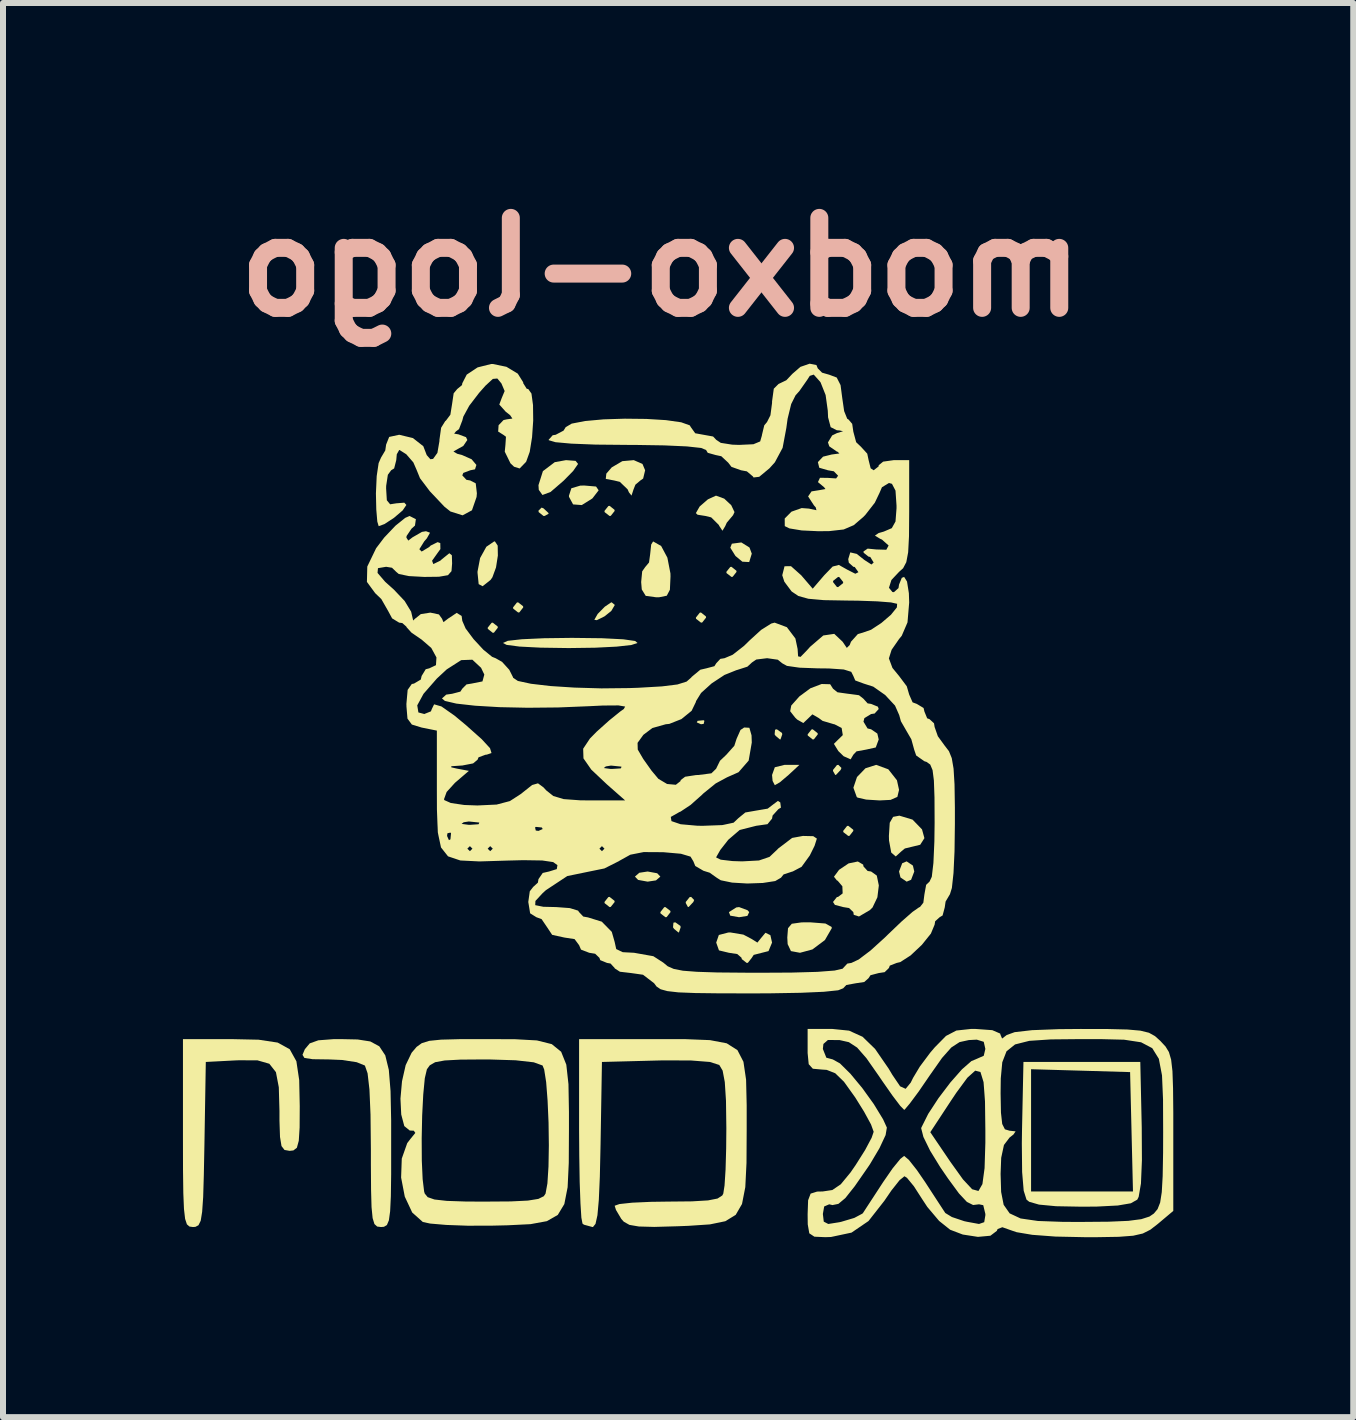
<source format=kicad_pcb>
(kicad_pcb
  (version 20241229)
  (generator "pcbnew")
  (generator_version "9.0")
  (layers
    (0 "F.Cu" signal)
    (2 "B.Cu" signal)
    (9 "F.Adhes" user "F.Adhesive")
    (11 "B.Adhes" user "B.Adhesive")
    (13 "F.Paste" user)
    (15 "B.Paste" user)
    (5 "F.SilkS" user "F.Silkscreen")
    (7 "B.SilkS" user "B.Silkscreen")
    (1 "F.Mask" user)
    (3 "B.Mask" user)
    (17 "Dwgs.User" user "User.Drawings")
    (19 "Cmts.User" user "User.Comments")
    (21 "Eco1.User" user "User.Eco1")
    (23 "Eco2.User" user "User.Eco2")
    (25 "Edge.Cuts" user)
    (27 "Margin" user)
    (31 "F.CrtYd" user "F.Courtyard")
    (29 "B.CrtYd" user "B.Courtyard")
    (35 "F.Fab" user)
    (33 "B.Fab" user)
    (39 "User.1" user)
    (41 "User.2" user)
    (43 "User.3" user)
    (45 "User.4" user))
  (footprint "modxo-logo"
    (layer "F.Cu")
    (at 7.331 9.428)
    (property "Reference" "modxo-logo" (at 0.635 -8.024 0) (layer "B.SilkS") (effects (font (size 1.5 1.5) (thickness 0.3)) (justify mirror)))
    (attr board_only exclude_from_pos_files exclude_from_bom)
    (fp_poly (pts (xy 1.362 -0.461) (xy 1.35 -0.41) (xy 1.305 -0.404) (xy 1.235 -0.435) (xy 1.249 -0.461) (xy 1.349 -0.471)) (stroke (width 0) (type solid)) (fill yes) (layer "F.SilkS"))
    (fp_poly (pts (xy -2.084 -2.033) (xy -2.082 -2.013) (xy -2.146 -1.931) (xy -2.166 -1.928) (xy -2.248 -1.993) (xy -2.251 -2.013) (xy -2.186 -2.095) (xy -2.166 -2.098)) (stroke (width 0) (type solid)) (fill yes) (layer "F.SilkS"))
    (fp_poly (pts (xy -1.661 -2.372) (xy -1.658 -2.352) (xy -1.723 -2.269) (xy -1.743 -2.267) (xy -1.825 -2.331) (xy -1.828 -2.352) (xy -1.763 -2.434) (xy -1.743 -2.436)) (stroke (width 0) (type solid)) (fill yes) (layer "F.SilkS"))
    (fp_poly (pts (xy -1.32 -4.003) (xy -1.239 -3.927) (xy -1.235 -3.913) (xy -1.3 -3.877) (xy -1.32 -3.876) (xy -1.401 -3.941) (xy -1.404 -3.965) (xy -1.352 -4.016)) (stroke (width 0) (type solid)) (fill yes) (layer "F.SilkS"))
    (fp_poly (pts (xy -0.137 -3.98) (xy -0.134 -3.96) (xy -0.199 -3.878) (xy -0.219 -3.876) (xy -0.301 -3.94) (xy -0.304 -3.96) (xy -0.239 -4.042) (xy -0.219 -4.045)) (stroke (width 0) (type solid)) (fill yes) (layer "F.SilkS"))
    (fp_poly (pts (xy -0.137 2.539) (xy -0.134 2.559) (xy -0.199 2.641) (xy -0.219 2.644) (xy -0.301 2.579) (xy -0.304 2.559) (xy -0.239 2.477) (xy -0.219 2.474)) (stroke (width 0) (type solid)) (fill yes) (layer "F.SilkS"))
    (fp_poly (pts (xy 0.575 2.08) (xy 0.628 2.136) (xy 0.555 2.199) (xy 0.416 2.22) (xy 0.257 2.191) (xy 0.204 2.136) (xy 0.277 2.072) (xy 0.416 2.051)) (stroke (width 0) (type solid)) (fill yes) (layer "F.SilkS"))
    (fp_poly (pts (xy 0.795 2.708) (xy 0.797 2.728) (xy 0.733 2.811) (xy 0.712 2.813) (xy 0.63 2.749) (xy 0.628 2.728) (xy 0.692 2.646) (xy 0.712 2.644)) (stroke (width 0) (type solid)) (fill yes) (layer "F.SilkS"))
    (fp_poly (pts (xy 0.963 2.959) (xy 0.966 2.982) (xy 0.938 3.065) (xy 0.929 3.067) (xy 0.857 3.008) (xy 0.839 2.982) (xy 0.846 2.904) (xy 0.877 2.898)) (stroke (width 0) (type solid)) (fill yes) (layer "F.SilkS"))
    (fp_poly (pts (xy 1.191 2.526) (xy 1.178 2.559) (xy 1.102 2.64) (xy 1.088 2.644) (xy 1.052 2.578) (xy 1.051 2.559) (xy 1.116 2.478) (xy 1.141 2.474)) (stroke (width 0) (type solid)) (fill yes) (layer "F.SilkS"))
    (fp_poly (pts (xy 1.387 -2.202) (xy 1.39 -2.182) (xy 1.325 -2.1) (xy 1.305 -2.098) (xy 1.223 -2.162) (xy 1.22 -2.182) (xy 1.285 -2.264) (xy 1.305 -2.267)) (stroke (width 0) (type solid)) (fill yes) (layer "F.SilkS"))
    (fp_poly (pts (xy 1.895 -2.964) (xy 1.898 -2.944) (xy 1.833 -2.862) (xy 1.813 -2.86) (xy 1.731 -2.924) (xy 1.728 -2.944) (xy 1.793 -3.026) (xy 1.813 -3.029)) (stroke (width 0) (type solid)) (fill yes) (layer "F.SilkS"))
    (fp_poly (pts (xy 2.082 2.697) (xy 2.109 2.728) (xy 2.079 2.791) (xy 1.94 2.813) (xy 1.793 2.787) (xy 1.771 2.728) (xy 1.894 2.65) (xy 1.94 2.644)) (stroke (width 0) (type solid)) (fill yes) (layer "F.SilkS"))
    (fp_poly (pts (xy 2.114 -3.35) (xy 2.152 -3.248) (xy 2.109 -3.108) (xy 1.995 -3.114) (xy 1.88 -3.209) (xy 1.794 -3.347) (xy 1.82 -3.414) (xy 1.978 -3.435)) (stroke (width 0) (type solid)) (fill yes) (layer "F.SilkS"))
    (fp_poly (pts (xy 2.656 -0.258) (xy 2.66 -0.235) (xy 2.631 -0.152) (xy 2.622 -0.15) (xy 2.55 -0.21) (xy 2.533 -0.235) (xy 2.54 -0.313) (xy 2.57 -0.32)) (stroke (width 0) (type solid)) (fill yes) (layer "F.SilkS"))
    (fp_poly (pts (xy 3.25 -0.255) (xy 3.252 -0.235) (xy 3.188 -0.153) (xy 3.168 -0.15) (xy 3.086 -0.215) (xy 3.083 -0.235) (xy 3.148 -0.317) (xy 3.168 -0.32)) (stroke (width 0) (type solid)) (fill yes) (layer "F.SilkS"))
    (fp_poly (pts (xy 3.647 0.325) (xy 3.633 0.358) (xy 3.557 0.439) (xy 3.544 0.442) (xy 3.507 0.377) (xy 3.506 0.358) (xy 3.572 0.276) (xy 3.596 0.273)) (stroke (width 0) (type solid)) (fill yes) (layer "F.SilkS"))
    (fp_poly (pts (xy 3.843 1.354) (xy 3.845 1.374) (xy 3.781 1.456) (xy 3.76 1.458) (xy 3.678 1.394) (xy 3.676 1.374) (xy 3.74 1.292) (xy 3.76 1.289)) (stroke (width 0) (type solid)) (fill yes) (layer "F.SilkS"))
    (fp_poly (pts (xy 4.838 1.952) (xy 4.861 2.051) (xy 4.808 2.189) (xy 4.734 2.22) (xy 4.631 2.15) (xy 4.607 2.051) (xy 4.66 1.913) (xy 4.734 1.882)) (stroke (width 0) (type solid)) (fill yes) (layer "F.SilkS"))
    (fp_poly (pts (xy -0.131 -2.393) (xy -0.19 -2.293) (xy -0.304 -2.202) (xy -0.432 -2.139) (xy -0.473 -2.145) (xy -0.417 -2.243) (xy -0.298 -2.364) (xy -0.193 -2.435) (xy -0.183 -2.436)) (stroke (width 0) (type solid)) (fill yes) (layer "F.SilkS"))
    (fp_poly (pts (xy 2.764 0.442) (xy 2.62 0.564) (xy 2.536 0.612) (xy 2.499 0.541) (xy 2.49 0.442) (xy 2.536 0.313) (xy 2.699 0.273) (xy 2.718 0.273) (xy 2.946 0.273)) (stroke (width 0) (type solid)) (fill yes) (layer "F.SilkS"))
    (fp_poly (pts (xy -0.785 -4.795) (xy -0.744 -4.744) (xy -0.826 -4.626) (xy -0.984 -4.465) (xy -1.203 -4.276) (xy -1.338 -4.226) (xy -1.399 -4.312) (xy -1.404 -4.39) (xy -1.33 -4.624) (xy -1.133 -4.773) (xy -0.945 -4.807)) (stroke (width 0) (type solid)) (fill yes) (layer "F.SilkS"))
    (fp_poly (pts (xy -0.444 -4.367) (xy -0.401 -4.304) (xy -0.501 -4.174) (xy -0.509 -4.166) (xy -0.682 -4.058) (xy -0.827 -4.069) (xy -0.895 -4.195) (xy -0.896 -4.214) (xy -0.856 -4.338) (xy -0.708 -4.382) (xy -0.642 -4.384)) (stroke (width 0) (type solid)) (fill yes) (layer "F.SilkS"))
    (fp_poly (pts (xy -2.084 -3.382) (xy -2.081 -3.216) (xy -2.112 -3.018) (xy -2.172 -2.854) (xy -2.202 -2.811) (xy -2.335 -2.705) (xy -2.401 -2.74) (xy -2.42 -2.929) (xy -2.42 -2.95) (xy -2.377 -3.175) (xy -2.273 -3.363) (xy -2.144 -3.451) (xy -2.13 -3.452)) (stroke (width 0) (type solid)) (fill yes) (layer "F.SilkS"))
    (fp_poly (pts (xy 3.38 2.918) (xy 3.484 2.976) (xy 3.485 2.997) (xy 3.371 3.194) (xy 3.163 3.35) (xy 2.956 3.406) (xy 2.805 3.378) (xy 2.75 3.262) (xy 2.744 3.152) (xy 2.756 2.996) (xy 2.819 2.922) (xy 2.982 2.899) (xy 3.125 2.898)) (stroke (width 0) (type solid)) (fill yes) (layer "F.SilkS"))
    (fp_poly (pts (xy 4.428 0.347) (xy 4.572 0.53) (xy 4.607 0.69) (xy 4.579 0.807) (xy 4.466 0.857) (xy 4.283 0.866) (xy 4.059 0.852) (xy 3.916 0.819) (xy 3.902 0.809) (xy 3.846 0.654) (xy 3.906 0.476) (xy 4.047 0.33) (xy 4.226 0.273)) (stroke (width 0) (type solid)) (fill yes) (layer "F.SilkS"))
    (fp_poly (pts (xy 4.832 1.186) (xy 4.99 1.349) (xy 5.03 1.495) (xy 4.96 1.605) (xy 4.866 1.628) (xy 4.704 1.667) (xy 4.649 1.712) (xy 4.552 1.8) (xy 4.477 1.735) (xy 4.44 1.534) (xy 4.438 1.458) (xy 4.452 1.238) (xy 4.508 1.14) (xy 4.613 1.12)) (stroke (width 0) (type solid)) (fill yes) (layer "F.SilkS"))
    (fp_poly (pts (xy -0.344 -1.838) (xy 0.01 -1.82) (xy 0.208 -1.792) (xy 0.247 -1.759) (xy 0.144 -1.725) (xy -0.101 -1.698) (xy -0.461 -1.68) (xy -0.901 -1.674) (xy -1.37 -1.681) (xy -1.721 -1.699) (xy -1.935 -1.727) (xy -1.997 -1.759) (xy -1.915 -1.795) (xy -1.681 -1.821) (xy -1.31 -1.838) (xy -0.849 -1.844)) (stroke (width 0) (type solid)) (fill yes) (layer "F.SilkS"))
    (fp_poly (pts (xy 0.33 -4.743) (xy 0.374 -4.638) (xy 0.341 -4.5) (xy 0.295 -4.468) (xy 0.212 -4.398) (xy 0.181 -4.32) (xy 0.147 -4.216) (xy 0.104 -4.27) (xy 0.082 -4.32) (xy -0.048 -4.445) (xy -0.143 -4.468) (xy -0.282 -4.494) (xy -0.273 -4.582) (xy -0.183 -4.686) (xy -0.006 -4.79) (xy 0.185 -4.807)) (stroke (width 0) (type solid)) (fill yes) (layer "F.SilkS"))
    (fp_poly (pts (xy 1.693 -4.165) (xy 1.81 -4.055) (xy 1.864 -3.941) (xy 1.84 -3.889) (xy 1.735 -3.764) (xy 1.709 -3.706) (xy 1.663 -3.63) (xy 1.61 -3.71) (xy 1.602 -3.727) (xy 1.475 -3.853) (xy 1.381 -3.876) (xy 1.248 -3.897) (xy 1.22 -3.924) (xy 1.283 -4.034) (xy 1.42 -4.153) (xy 1.552 -4.214) (xy 1.559 -4.214)) (stroke (width 0) (type solid)) (fill yes) (layer "F.SilkS"))
    (fp_poly (pts (xy 0.641 -3.376) (xy 0.745 -3.181) (xy 0.796 -2.918) (xy 0.797 -2.866) (xy 0.787 -2.646) (xy 0.735 -2.547) (xy 0.607 -2.521) (xy 0.556 -2.521) (xy 0.384 -2.544) (xy 0.318 -2.651) (xy 0.308 -2.775) (xy 0.325 -2.953) (xy 0.378 -3.029) (xy 0.379 -3.029) (xy 0.439 -3.101) (xy 0.458 -3.241) (xy 0.475 -3.4) (xy 0.507 -3.452)) (stroke (width 0) (type solid)) (fill yes) (layer "F.SilkS"))
    (fp_poly (pts (xy 2.012 3.103) (xy 2.145 3.173) (xy 2.246 3.236) (xy 2.296 3.173) (xy 2.38 3.072) (xy 2.462 3.112) (xy 2.49 3.236) (xy 2.431 3.378) (xy 2.321 3.406) (xy 2.184 3.441) (xy 2.152 3.49) (xy 2.087 3.573) (xy 2.067 3.575) (xy 1.985 3.511) (xy 1.982 3.49) (xy 1.91 3.427) (xy 1.771 3.406) (xy 1.605 3.366) (xy 1.559 3.236) (xy 1.603 3.109) (xy 1.76 3.068) (xy 1.796 3.067)) (stroke (width 0) (type solid)) (fill yes) (layer "F.SilkS"))
    (fp_poly (pts (xy 4.009 1.936) (xy 4.014 1.966) (xy 4.083 2.042) (xy 4.141 2.051) (xy 4.236 2.119) (xy 4.27 2.283) (xy 4.246 2.481) (xy 4.165 2.651) (xy 4.12 2.695) (xy 3.939 2.801) (xy 3.852 2.773) (xy 3.845 2.728) (xy 3.774 2.66) (xy 3.676 2.644) (xy 3.538 2.608) (xy 3.506 2.559) (xy 3.571 2.477) (xy 3.591 2.474) (xy 3.667 2.416) (xy 3.662 2.297) (xy 3.583 2.204) (xy 3.571 2.2) (xy 3.522 2.138) (xy 3.607 2.023) (xy 3.766 1.916) (xy 3.92 1.884)) (stroke (width 0) (type solid)) (fill yes) (layer "F.SilkS"))
    (fp_poly (pts (xy 8.653 6.315) (xy 8.656 6.866) (xy 8.64 7.252) (xy 8.602 7.474) (xy 8.579 7.521) (xy 8.471 7.582) (xy 8.254 7.619) (xy 7.904 7.637) (xy 7.655 7.639) (xy 7.225 7.631) (xy 6.94 7.604) (xy 6.777 7.557) (xy 6.732 7.521) (xy 6.685 7.372) (xy 6.659 7.061) (xy 6.654 6.584) (xy 6.657 6.366) (xy 6.808 6.366) (xy 6.808 7.385) (xy 7.658 7.385) (xy 8.507 7.385) (xy 8.483 6.39) (xy 8.459 5.395) (xy 7.634 5.371) (xy 6.808 5.347) (xy 6.808 6.366) (xy 6.657 6.366) (xy 6.658 6.315) (xy 6.681 5.226) (xy 7.655 5.226) (xy 8.629 5.226)) (stroke (width 0) (type solid)) (fill yes) (layer "F.SilkS"))
    (fp_poly (pts (xy -4.42 4.851) (xy -4.208 4.884) (xy -4.058 4.965) (xy -3.958 5.116) (xy -3.899 5.358) (xy -3.87 5.712) (xy -3.86 6.202) (xy -3.86 6.581) (xy -3.86 7.096) (xy -3.865 7.467) (xy -3.877 7.715) (xy -3.898 7.867) (xy -3.931 7.945) (xy -3.98 7.974) (xy -4.029 7.978) (xy -4.093 7.97) (xy -4.139 7.928) (xy -4.169 7.829) (xy -4.187 7.647) (xy -4.195 7.358) (xy -4.198 6.935) (xy -4.198 6.682) (xy -4.204 6.103) (xy -4.222 5.684) (xy -4.253 5.415) (xy -4.297 5.288) (xy -4.3 5.285) (xy -4.435 5.23) (xy -4.679 5.193) (xy -4.895 5.184) (xy -5.169 5.18) (xy -5.306 5.159) (xy -5.338 5.107) (xy -5.299 5.014) (xy -5.217 4.916) (xy -5.074 4.865) (xy -4.825 4.846) (xy -4.703 4.845)) (stroke (width 0) (type solid)) (fill yes) (layer "F.SilkS"))
    (fp_poly (pts (xy -6.07 4.855) (xy -5.752 4.903) (xy -5.551 5.014) (xy -5.44 5.214) (xy -5.393 5.528) (xy -5.384 5.962) (xy -5.386 6.319) (xy -5.4 6.54) (xy -5.432 6.657) (xy -5.49 6.701) (xy -5.553 6.708) (xy -5.638 6.693) (xy -5.688 6.628) (xy -5.713 6.476) (xy -5.722 6.204) (xy -5.722 6.041) (xy -5.733 5.648) (xy -5.781 5.396) (xy -5.891 5.256) (xy -6.089 5.199) (xy -6.399 5.198) (xy -6.456 5.2) (xy -6.95 5.226) (xy -6.973 6.602) (xy -6.983 7.113) (xy -6.994 7.479) (xy -7.011 7.725) (xy -7.035 7.873) (xy -7.072 7.948) (xy -7.123 7.975) (xy -7.164 7.978) (xy -7.222 7.97) (xy -7.265 7.933) (xy -7.295 7.842) (xy -7.314 7.677) (xy -7.325 7.413) (xy -7.33 7.028) (xy -7.331 6.501) (xy -7.331 6.411) (xy -7.331 4.845) (xy -6.53 4.845)) (stroke (width 0) (type solid)) (fill yes) (layer "F.SilkS"))
    (fp_poly (pts (xy 3.459 -1.071) (xy 3.506 -0.997) (xy 3.58 -0.937) (xy 3.757 -0.912) (xy 3.76 -0.912) (xy 3.939 -0.888) (xy 4.014 -0.829) (xy 4.014 -0.828) (xy 4.083 -0.752) (xy 4.141 -0.743) (xy 4.254 -0.697) (xy 4.268 -0.658) (xy 4.2 -0.583) (xy 4.141 -0.574) (xy 4.029 -0.506) (xy 4.014 -0.447) (xy 4.082 -0.334) (xy 4.141 -0.32) (xy 4.245 -0.249) (xy 4.268 -0.15) (xy 4.219 -0.017) (xy 4.057 0.019) (xy 3.898 0.048) (xy 3.845 0.104) (xy 3.8 0.181) (xy 3.683 0.129) (xy 3.595 0.043) (xy 3.521 -0.077) (xy 3.574 -0.13) (xy 3.669 -0.223) (xy 3.65 -0.342) (xy 3.53 -0.404) (xy 3.523 -0.404) (xy 3.333 -0.46) (xy 3.266 -0.509) (xy 3.162 -0.569) (xy 3.087 -0.496) (xy 3.011 -0.424) (xy 2.909 -0.482) (xy 2.874 -0.516) (xy 2.792 -0.621) (xy 2.81 -0.716) (xy 2.942 -0.864) (xy 2.947 -0.869) (xy 3.13 -1.004) (xy 3.317 -1.075)) (stroke (width 0) (type solid)) (fill yes) (layer "F.SilkS"))
    (fp_poly (pts (xy 1.051 4.846) (xy 1.455 4.862) (xy 1.734 4.915) (xy 1.913 5.029) (xy 2.013 5.223) (xy 2.057 5.521) (xy 2.067 5.944) (xy 2.067 6.36) (xy 2.064 6.909) (xy 2.044 7.313) (xy 1.989 7.594) (xy 1.884 7.775) (xy 1.711 7.881) (xy 1.454 7.934) (xy 1.095 7.958) (xy 0.916 7.965) (xy 0.526 7.976) (xy 0.269 7.969) (xy 0.112 7.942) (xy 0.018 7.889) (xy -0.023 7.843) (xy -0.112 7.693) (xy -0.134 7.623) (xy -0.055 7.595) (xy 0.158 7.572) (xy 0.47 7.558) (xy 0.746 7.554) (xy 1.154 7.55) (xy 1.423 7.534) (xy 1.581 7.503) (xy 1.66 7.452) (xy 1.677 7.42) (xy 1.698 7.285) (xy 1.715 7.021) (xy 1.725 6.667) (xy 1.728 6.33) (xy 1.722 5.873) (xy 1.702 5.561) (xy 1.666 5.37) (xy 1.61 5.276) (xy 1.453 5.226) (xy 1.134 5.201) (xy 0.656 5.2) (xy 0.573 5.202) (xy -0.346 5.226) (xy -0.369 6.602) (xy -0.381 7.138) (xy -0.398 7.525) (xy -0.421 7.781) (xy -0.453 7.925) (xy -0.495 7.977) (xy -0.503 7.978) (xy -0.646 7.939) (xy -0.67 7.921) (xy -0.689 7.822) (xy -0.704 7.582) (xy -0.717 7.229) (xy -0.724 6.791) (xy -0.727 6.355) (xy -0.727 4.845) (xy 0.501 4.845)) (stroke (width 0) (type solid)) (fill yes) (layer "F.SilkS"))
    (fp_poly (pts (xy -1.792 4.847) (xy -1.43 4.867) (xy -1.182 4.929) (xy -1.026 5.056) (xy -0.94 5.271) (xy -0.904 5.597) (xy -0.896 6.057) (xy -0.896 6.36) (xy -0.899 6.91) (xy -0.918 7.314) (xy -0.973 7.595) (xy -1.082 7.776) (xy -1.264 7.88) (xy -1.537 7.93) (xy -1.92 7.949) (xy -2.18 7.955) (xy -2.585 7.956) (xy -2.942 7.943) (xy -3.21 7.92) (xy -3.332 7.894) (xy -3.509 7.736) (xy -3.633 7.471) (xy -3.694 7.153) (xy -3.683 6.837) (xy -3.592 6.579) (xy -3.55 6.524) (xy -3.532 6.501) (xy -3.351 6.501) (xy -3.349 6.871) (xy -3.335 7.181) (xy -3.31 7.387) (xy -3.3 7.42) (xy -3.251 7.48) (xy -3.138 7.519) (xy -2.933 7.542) (xy -2.607 7.553) (xy -2.293 7.554) (xy -1.866 7.551) (xy -1.58 7.537) (xy -1.406 7.509) (xy -1.315 7.464) (xy -1.286 7.42) (xy -1.255 7.251) (xy -1.237 6.969) (xy -1.231 6.617) (xy -1.236 6.237) (xy -1.252 5.872) (xy -1.276 5.562) (xy -1.309 5.351) (xy -1.336 5.285) (xy -1.482 5.232) (xy -1.785 5.198) (xy -2.235 5.184) (xy -2.307 5.184) (xy -2.705 5.187) (xy -2.967 5.201) (xy -3.126 5.23) (xy -3.216 5.282) (xy -3.264 5.348) (xy -3.299 5.496) (xy -3.325 5.769) (xy -3.343 6.119) (xy -3.351 6.501) (xy -3.532 6.501) (xy -3.457 6.409) (xy -3.483 6.372) (xy -3.55 6.369) (xy -3.641 6.295) (xy -3.692 6.102) (xy -3.705 5.838) (xy -3.679 5.548) (xy -3.618 5.279) (xy -3.521 5.077) (xy -3.515 5.068) (xy -3.436 4.975) (xy -3.35 4.913) (xy -3.225 4.874) (xy -3.028 4.854) (xy -2.726 4.846) (xy -2.288 4.845) (xy -2.287 4.845)) (stroke (width 0) (type solid)) (fill yes) (layer "F.SilkS"))
    (fp_poly (pts (xy -1.938 -6.363) (xy -1.749 -6.249) (xy -1.659 -6.105) (xy -1.658 -6.089) (xy -1.6 -5.997) (xy -1.574 -5.992) (xy -1.521 -5.917) (xy -1.495 -5.725) (xy -1.492 -5.465) (xy -1.511 -5.189) (xy -1.55 -4.945) (xy -1.608 -4.784) (xy -1.614 -4.775) (xy -1.718 -4.668) (xy -1.811 -4.697) (xy -1.871 -4.754) (xy -1.966 -4.948) (xy -1.955 -5.061) (xy -1.946 -5.197) (xy -1.991 -5.23) (xy -2.076 -5.283) (xy -2.069 -5.389) (xy -1.987 -5.475) (xy -1.933 -5.487) (xy -1.839 -5.5) (xy -1.877 -5.557) (xy -1.95 -5.614) (xy -2.057 -5.734) (xy -2.02 -5.834) (xy -1.968 -5.959) (xy -2.022 -6.086) (xy -2.09 -6.168) (xy -2.165 -6.161) (xy -2.288 -6.048) (xy -2.395 -5.927) (xy -2.558 -5.714) (xy -2.657 -5.532) (xy -2.673 -5.47) (xy -2.729 -5.324) (xy -2.78 -5.286) (xy -2.81 -5.249) (xy -2.738 -5.237) (xy -2.612 -5.19) (xy -2.59 -5.143) (xy -2.658 -5.043) (xy -2.738 -4.999) (xy -2.822 -4.951) (xy -2.758 -4.913) (xy -2.68 -4.893) (xy -2.519 -4.822) (xy -2.439 -4.727) (xy -2.462 -4.654) (xy -2.54 -4.638) (xy -2.657 -4.594) (xy -2.674 -4.553) (xy -2.605 -4.479) (xy -2.542 -4.468) (xy -2.45 -4.42) (xy -2.431 -4.254) (xy -2.436 -4.193) (xy -2.513 -3.971) (xy -2.669 -3.887) (xy -2.872 -3.951) (xy -2.972 -4.031) (xy -3.215 -4.288) (xy -3.379 -4.505) (xy -3.436 -4.645) (xy -3.49 -4.769) (xy -3.608 -4.905) (xy -3.72 -4.976) (xy -3.726 -4.976) (xy -3.766 -4.905) (xy -3.775 -4.807) (xy -3.81 -4.669) (xy -3.86 -4.638) (xy -3.915 -4.563) (xy -3.943 -4.379) (xy -3.944 -4.336) (xy -3.932 -4.138) (xy -3.877 -4.071) (xy -3.775 -4.087) (xy -3.641 -4.098) (xy -3.606 -4.06) (xy -3.668 -3.969) (xy -3.813 -3.845) (xy -3.972 -3.741) (xy -4.068 -3.706) (xy -4.091 -3.783) (xy -4.108 -3.985) (xy -4.114 -4.252) (xy -4.101 -4.541) (xy -4.069 -4.757) (xy -4.029 -4.849) (xy -3.958 -4.969) (xy -3.944 -5.066) (xy -3.893 -5.194) (xy -3.726 -5.23) (xy -3.497 -5.175) (xy -3.324 -5.039) (xy -3.267 -4.891) (xy -3.206 -4.822) (xy -3.161 -4.828) (xy -3.089 -4.928) (xy -3.055 -5.125) (xy -3.055 -5.146) (xy -3.027 -5.347) (xy -2.957 -5.46) (xy -2.949 -5.463) (xy -2.873 -5.564) (xy -2.844 -5.745) (xy -2.818 -5.921) (xy -2.759 -5.992) (xy -2.679 -6.058) (xy -2.674 -6.089) (xy -2.6 -6.233) (xy -2.419 -6.353) (xy -2.192 -6.41) (xy -2.166 -6.41)) (stroke (width 0) (type solid)) (fill yes) (layer "F.SilkS"))
    (fp_poly (pts (xy 3.774 4.704) (xy 3.999 4.806) (xy 4.207 5.008) (xy 4.433 5.336) (xy 4.495 5.44) (xy 4.625 5.632) (xy 4.717 5.674) (xy 4.802 5.57) (xy 4.841 5.491) (xy 4.953 5.304) (xy 5.127 5.071) (xy 5.202 4.983) (xy 5.39 4.792) (xy 5.563 4.702) (xy 5.803 4.676) (xy 5.886 4.676) (xy 6.162 4.696) (xy 6.292 4.752) (xy 6.3 4.777) (xy 6.325 4.836) (xy 6.402 4.777) (xy 6.535 4.729) (xy 6.823 4.696) (xy 7.271 4.679) (xy 7.634 4.676) (xy 8.092 4.677) (xy 8.414 4.685) (xy 8.63 4.704) (xy 8.773 4.739) (xy 8.874 4.795) (xy 8.966 4.878) (xy 8.971 4.884) (xy 9.05 4.969) (xy 9.106 5.061) (xy 9.143 5.187) (xy 9.165 5.379) (xy 9.175 5.663) (xy 9.179 6.07) (xy 9.179 6.4) (xy 9.179 7.709) (xy 8.919 7.928) (xy 8.796 8.023) (xy 8.671 8.086) (xy 8.509 8.123) (xy 8.27 8.141) (xy 7.917 8.147) (xy 7.695 8.147) (xy 7.216 8.137) (xy 6.829 8.108) (xy 6.567 8.064) (xy 6.502 8.042) (xy 6.329 7.981) (xy 6.25 8.012) (xy 6.237 8.042) (xy 6.13 8.123) (xy 5.922 8.142) (xy 5.669 8.103) (xy 5.459 8.023) (xy 5.275 7.876) (xy 5.079 7.644) (xy 4.994 7.515) (xy 4.855 7.299) (xy 4.741 7.16) (xy 4.697 7.131) (xy 4.616 7.197) (xy 4.481 7.367) (xy 4.362 7.541) (xy 4.098 7.878) (xy 3.815 8.071) (xy 3.472 8.144) (xy 3.376 8.147) (xy 3.196 8.139) (xy 3.111 8.083) (xy 3.085 7.934) (xy 3.083 7.766) (xy 3.091 7.532) (xy 3.133 7.421) (xy 3.241 7.387) (xy 3.335 7.385) (xy 3.495 7.361) (xy 3.636 7.265) (xy 3.799 7.067) (xy 3.885 6.942) (xy 4.042 6.693) (xy 4.15 6.49) (xy 4.184 6.39) (xy 4.14 6.268) (xy 4.024 6.055) (xy 3.876 5.817) (xy 3.689 5.556) (xy 3.543 5.414) (xy 3.401 5.358) (xy 3.325 5.353) (xy 3.17 5.339) (xy 3.101 5.263) (xy 3.083 5.077) (xy 3.083 5.014) (xy 3.083 5.009) (xy 3.337 5.009) (xy 3.395 5.155) (xy 3.503 5.184) (xy 3.622 5.25) (xy 3.796 5.422) (xy 3.994 5.661) (xy 4.186 5.928) (xy 4.341 6.182) (xy 4.404 6.32) (xy 4.383 6.445) (xy 4.281 6.663) (xy 4.122 6.931) (xy 4.091 6.977) (xy 3.869 7.297) (xy 3.712 7.495) (xy 3.596 7.592) (xy 3.497 7.612) (xy 3.443 7.599) (xy 3.359 7.635) (xy 3.337 7.76) (xy 3.352 7.888) (xy 3.427 7.927) (xy 3.611 7.898) (xy 3.646 7.89) (xy 3.861 7.826) (xy 3.995 7.755) (xy 4.006 7.744) (xy 4.076 7.636) (xy 4.208 7.434) (xy 4.341 7.23) (xy 4.5 7) (xy 4.629 6.842) (xy 4.692 6.792) (xy 4.77 6.858) (xy 4.905 7.029) (xy 5.043 7.23) (xy 5.201 7.473) (xy 5.325 7.663) (xy 5.378 7.744) (xy 5.488 7.811) (xy 5.693 7.88) (xy 5.738 7.89) (xy 5.94 7.927) (xy 6.027 7.897) (xy 6.046 7.782) (xy 6.046 7.76) (xy 6.011 7.614) (xy 5.941 7.599) (xy 5.842 7.611) (xy 5.738 7.559) (xy 5.606 7.418) (xy 5.422 7.167) (xy 5.292 6.977) (xy 5.125 6.705) (xy 5.013 6.476) (xy 4.993 6.397) (xy 5.128 6.397) (xy 5.463 6.891) (xy 5.673 7.184) (xy 5.826 7.348) (xy 5.931 7.377) (xy 5.997 7.262) (xy 6.033 6.996) (xy 6.046 6.572) (xy 6.046 6.369) (xy 6.04 5.885) (xy 6.03 5.747) (xy 6.3 5.747) (xy 6.306 6.071) (xy 6.327 6.26) (xy 6.372 6.349) (xy 6.449 6.372) (xy 6.55 6.383) (xy 6.515 6.435) (xy 6.449 6.487) (xy 6.356 6.61) (xy 6.31 6.824) (xy 6.3 7.091) (xy 6.309 7.393) (xy 6.351 7.607) (xy 6.451 7.75) (xy 6.633 7.835) (xy 6.922 7.877) (xy 7.342 7.892) (xy 7.64 7.893) (xy 8.104 7.889) (xy 8.429 7.875) (xy 8.645 7.847) (xy 8.782 7.803) (xy 8.855 7.753) (xy 8.917 7.679) (xy 8.96 7.57) (xy 8.987 7.396) (xy 9.002 7.129) (xy 9.009 6.74) (xy 9.01 6.398) (xy 9.008 5.851) (xy 8.991 5.45) (xy 8.938 5.173) (xy 8.828 4.996) (xy 8.642 4.898) (xy 8.359 4.855) (xy 7.96 4.845) (xy 7.641 4.845) (xy 7.138 4.85) (xy 6.779 4.874) (xy 6.541 4.934) (xy 6.399 5.048) (xy 6.328 5.231) (xy 6.303 5.5) (xy 6.3 5.747) (xy 6.03 5.747) (xy 6.016 5.562) (xy 5.964 5.393) (xy 5.877 5.371) (xy 5.746 5.489) (xy 5.562 5.739) (xy 5.471 5.875) (xy 5.128 6.397) (xy 4.993 6.397) (xy 4.976 6.332) (xy 4.979 6.32) (xy 5.093 6.092) (xy 5.265 5.829) (xy 5.463 5.568) (xy 5.656 5.349) (xy 5.814 5.211) (xy 5.88 5.184) (xy 6.019 5.123) (xy 6.046 5.009) (xy 6.019 4.89) (xy 5.903 4.854) (xy 5.771 4.861) (xy 5.616 4.895) (xy 5.478 4.985) (xy 5.323 5.16) (xy 5.119 5.45) (xy 5.115 5.456) (xy 4.934 5.72) (xy 4.787 5.918) (xy 4.702 6.019) (xy 4.692 6.024) (xy 4.628 5.959) (xy 4.497 5.786) (xy 4.323 5.537) (xy 4.268 5.456) (xy 4.063 5.163) (xy 3.908 4.986) (xy 3.77 4.896) (xy 3.615 4.861) (xy 3.612 4.861) (xy 3.421 4.86) (xy 3.346 4.926) (xy 3.337 5.009) (xy 3.083 5.009) (xy 3.083 4.676) (xy 3.499 4.676)) (stroke (width 0) (type solid)) (fill yes) (layer "F.SilkS"))
    (fp_poly (pts (xy 3.23 -6.392) (xy 3.252 -6.337) (xy 3.324 -6.265) (xy 3.443 -6.231) (xy 3.568 -6.184) (xy 3.632 -6.058) (xy 3.66 -5.844) (xy 3.692 -5.624) (xy 3.743 -5.497) (xy 3.765 -5.484) (xy 3.826 -5.412) (xy 3.845 -5.282) (xy 3.892 -5.106) (xy 3.972 -5.03) (xy 4.077 -4.915) (xy 4.099 -4.81) (xy 4.134 -4.671) (xy 4.184 -4.638) (xy 4.266 -4.702) (xy 4.268 -4.722) (xy 4.342 -4.782) (xy 4.519 -4.807) (xy 4.522 -4.807) (xy 4.776 -4.807) (xy 4.776 -3.937) (xy 4.773 -3.537) (xy 4.759 -3.271) (xy 4.728 -3.106) (xy 4.675 -3.005) (xy 4.607 -2.944) (xy 4.48 -2.809) (xy 4.439 -2.679) (xy 4.497 -2.608) (xy 4.522 -2.606) (xy 4.598 -2.674) (xy 4.607 -2.733) (xy 4.653 -2.845) (xy 4.692 -2.86) (xy 4.74 -2.783) (xy 4.771 -2.588) (xy 4.776 -2.433) (xy 4.748 -2.102) (xy 4.652 -1.879) (xy 4.607 -1.824) (xy 4.483 -1.645) (xy 4.438 -1.502) (xy 4.497 -1.343) (xy 4.607 -1.209) (xy 4.736 -1.037) (xy 4.776 -0.899) (xy 4.833 -0.769) (xy 4.903 -0.743) (xy 5.016 -0.675) (xy 5.03 -0.616) (xy 5.076 -0.503) (xy 5.115 -0.489) (xy 5.19 -0.42) (xy 5.2 -0.358) (xy 5.254 -0.204) (xy 5.369 -0.046) (xy 5.439 0.045) (xy 5.486 0.161) (xy 5.516 0.336) (xy 5.532 0.6) (xy 5.538 0.984) (xy 5.538 1.258) (xy 5.532 1.712) (xy 5.515 2.076) (xy 5.488 2.325) (xy 5.455 2.432) (xy 5.454 2.432) (xy 5.383 2.552) (xy 5.369 2.649) (xy 5.333 2.784) (xy 5.284 2.813) (xy 5.209 2.881) (xy 5.2 2.937) (xy 5.138 3.086) (xy 4.987 3.274) (xy 4.8 3.45) (xy 4.628 3.561) (xy 4.568 3.575) (xy 4.453 3.62) (xy 4.438 3.66) (xy 4.367 3.729) (xy 4.268 3.744) (xy 4.131 3.78) (xy 4.099 3.829) (xy 4.027 3.893) (xy 3.887 3.914) (xy 3.728 3.943) (xy 3.676 3.998) (xy 3.593 4.031) (xy 3.353 4.056) (xy 2.965 4.073) (xy 2.443 4.082) (xy 2.153 4.083) (xy 1.608 4.082) (xy 1.209 4.077) (xy 0.929 4.066) (xy 0.745 4.045) (xy 0.632 4.014) (xy 0.564 3.968) (xy 0.524 3.914) (xy 0.339 3.772) (xy 0.142 3.744) (xy -0.046 3.722) (xy -0.133 3.666) (xy -0.134 3.66) (xy -0.203 3.585) (xy -0.261 3.575) (xy -0.374 3.529) (xy -0.388 3.49) (xy -0.459 3.422) (xy -0.558 3.406) (xy -0.695 3.353) (xy -0.727 3.279) (xy -0.802 3.178) (xy -0.971 3.152) (xy -1.176 3.107) (xy -1.259 2.982) (xy -1.352 2.845) (xy -1.439 2.813) (xy -1.543 2.748) (xy -1.565 2.612) (xy -1.458 2.612) (xy -1.323 2.639) (xy -1.108 2.644) (xy -0.881 2.661) (xy -0.744 2.703) (xy -0.727 2.728) (xy -0.657 2.802) (xy -0.579 2.816) (xy -0.349 2.887) (xy -0.182 3.057) (xy -0.134 3.225) (xy -0.108 3.344) (xy 0.001 3.396) (xy 0.19 3.406) (xy 0.511 3.463) (xy 0.677 3.57) (xy 0.751 3.631) (xy 0.851 3.675) (xy 1.004 3.705) (xy 1.238 3.723) (xy 1.577 3.734) (xy 2.05 3.738) (xy 2.258 3.739) (xy 2.817 3.736) (xy 3.246 3.724) (xy 3.533 3.702) (xy 3.667 3.671) (xy 3.676 3.66) (xy 3.745 3.586) (xy 3.812 3.575) (xy 3.934 3.518) (xy 4.132 3.368) (xy 4.368 3.154) (xy 4.414 3.109) (xy 4.644 2.889) (xy 4.832 2.724) (xy 4.944 2.646) (xy 4.955 2.644) (xy 5.012 2.571) (xy 5.03 2.432) (xy 5.059 2.273) (xy 5.115 2.22) (xy 5.153 2.139) (xy 5.18 1.909) (xy 5.196 1.55) (xy 5.2 1.239) (xy 5.198 0.817) (xy 5.188 0.534) (xy 5.166 0.361) (xy 5.127 0.268) (xy 5.066 0.224) (xy 5.03 0.213) (xy 4.893 0.117) (xy 4.861 0.025) (xy 4.812 -0.153) (xy 4.737 -0.282) (xy 4.638 -0.454) (xy 4.61 -0.556) (xy 4.54 -0.715) (xy 4.375 -0.892) (xy 4.177 -1.031) (xy 4.018 -1.082) (xy 3.877 -1.134) (xy 3.845 -1.209) (xy 3.81 -1.278) (xy 3.685 -1.317) (xy 3.438 -1.334) (xy 3.252 -1.336) (xy 2.948 -1.347) (xy 2.738 -1.377) (xy 2.66 -1.42) (xy 2.66 -1.42) (xy 2.586 -1.48) (xy 2.409 -1.505) (xy 2.406 -1.505) (xy 2.227 -1.483) (xy 2.152 -1.432) (xy 2.152 -1.431) (xy 2.079 -1.364) (xy 1.902 -1.307) (xy 1.896 -1.306) (xy 1.697 -1.226) (xy 1.483 -1.085) (xy 1.307 -0.926) (xy 1.222 -0.789) (xy 1.22 -0.775) (xy 1.149 -0.628) (xy 0.979 -0.49) (xy 0.777 -0.41) (xy 0.718 -0.404) (xy 0.495 -0.341) (xy 0.345 -0.228) (xy 0.248 -0.094) (xy 0.251 0.018) (xy 0.342 0.174) (xy 0.481 0.37) (xy 0.595 0.506) (xy 0.74 0.592) (xy 0.886 0.605) (xy 0.965 0.543) (xy 0.966 0.527) (xy 1.041 0.471) (xy 1.224 0.443) (xy 1.263 0.442) (xy 1.479 0.414) (xy 1.559 0.336) (xy 1.559 0.334) (xy 1.622 0.205) (xy 1.728 0.104) (xy 1.861 -0.045) (xy 1.898 -0.16) (xy 1.964 -0.309) (xy 2.025 -0.35) (xy 2.112 -0.345) (xy 2.148 -0.219) (xy 2.152 -0.099) (xy 2.1 0.202) (xy 1.931 0.396) (xy 1.739 0.481) (xy 1.55 0.583) (xy 1.343 0.751) (xy 1.32 0.774) (xy 1.131 0.942) (xy 0.965 1.052) (xy 0.945 1.06) (xy 0.802 1.141) (xy 0.813 1.211) (xy 0.966 1.263) (xy 1.246 1.288) (xy 1.338 1.289) (xy 1.662 1.277) (xy 1.849 1.237) (xy 1.928 1.162) (xy 1.928 1.162) (xy 2.044 1.067) (xy 2.227 1.035) (xy 2.417 1.003) (xy 2.514 0.929) (xy 2.588 0.874) (xy 2.627 0.899) (xy 2.638 0.986) (xy 2.596 1.011) (xy 2.499 1.118) (xy 2.49 1.169) (xy 2.414 1.262) (xy 2.225 1.289) (xy 1.95 1.359) (xy 1.76 1.522) (xy 1.627 1.692) (xy 1.561 1.808) (xy 1.559 1.818) (xy 1.635 1.854) (xy 1.831 1.877) (xy 1.991 1.882) (xy 2.272 1.867) (xy 2.448 1.807) (xy 2.583 1.679) (xy 2.59 1.67) (xy 2.825 1.491) (xy 3.005 1.458) (xy 3.177 1.462) (xy 3.237 1.502) (xy 3.199 1.622) (xy 3.119 1.784) (xy 2.982 1.973) (xy 2.834 2.051) (xy 2.83 2.051) (xy 2.682 2.1) (xy 2.639 2.154) (xy 2.543 2.21) (xy 2.336 2.242) (xy 2.078 2.251) (xy 1.824 2.236) (xy 1.635 2.197) (xy 1.571 2.157) (xy 1.45 2.071) (xy 1.347 2.039) (xy 1.21 1.959) (xy 1.178 1.881) (xy 1.131 1.803) (xy 0.971 1.755) (xy 0.676 1.729) (xy 0.35 1.727) (xy 0.127 1.771) (xy -0.058 1.874) (xy -0.061 1.877) (xy -0.305 2) (xy -0.555 2.051) (xy -0.924 2.127) (xy -1.28 2.362) (xy -1.334 2.411) (xy -1.455 2.542) (xy -1.458 2.612) (xy -1.565 2.612) (xy -1.574 2.559) (xy -1.549 2.381) (xy -1.49 2.305) (xy -1.489 2.305) (xy -1.414 2.237) (xy -1.404 2.178) (xy -1.333 2.075) (xy -1.228 2.051) (xy -1.099 2.011) (xy -1.088 1.945) (xy -1.159 1.894) (xy -1.342 1.867) (xy -1.659 1.862) (xy -1.931 1.869) (xy -2.388 1.883) (xy -2.707 1.867) (xy -2.912 1.798) (xy -3.013 1.67) (xy -2.59 1.67) (xy -2.547 1.712) (xy -2.505 1.67) (xy -2.251 1.67) (xy -2.209 1.712) (xy -2.166 1.67) (xy -0.388 1.67) (xy -0.346 1.712) (xy -0.304 1.67) (xy -0.346 1.628) (xy -0.388 1.67) (xy -2.166 1.67) (xy -2.209 1.628) (xy -2.251 1.67) (xy -2.505 1.67) (xy -2.547 1.628) (xy -2.59 1.67) (xy -3.013 1.67) (xy -3.029 1.65) (xy -3.07 1.458) (xy -2.928 1.458) (xy -2.897 1.528) (xy -2.872 1.515) (xy -2.862 1.414) (xy -2.872 1.402) (xy -2.922 1.414) (xy -2.928 1.458) (xy -3.07 1.458) (xy -3.082 1.398) (xy -3.085 1.317) (xy -1.461 1.317) (xy -1.449 1.368) (xy -1.404 1.374) (xy -1.334 1.343) (xy -1.348 1.317) (xy -1.448 1.307) (xy -1.461 1.317) (xy -3.085 1.317) (xy -3.088 1.257) (xy -2.686 1.257) (xy -2.573 1.272) (xy -2.547 1.273) (xy -2.403 1.263) (xy -2.39 1.237) (xy -2.397 1.234) (xy -2.565 1.217) (xy -2.651 1.23) (xy -2.686 1.257) (xy -3.088 1.257) (xy -3.097 1.017) (xy -3.098 0.704) (xy -3.098 -0.298) (xy -3.352 -0.349) (xy -3.515 -0.399) (xy -3.588 -0.498) (xy -3.605 -0.702) (xy -3.605 -0.719) (xy -3.425 -0.719) (xy -3.406 -0.601) (xy -3.309 -0.574) (xy -3.197 -0.619) (xy -3.182 -0.658) (xy -3.144 -0.736) (xy -3.022 -0.701) (xy -2.805 -0.549) (xy -2.616 -0.392) (xy -2.351 -0.156) (xy -2.212 -0.005) (xy -2.187 0.076) (xy -2.267 0.103) (xy -2.286 0.104) (xy -2.403 0.147) (xy -2.42 0.188) (xy -2.494 0.249) (xy -2.675 0.284) (xy -2.695 0.285) (xy -2.857 0.296) (xy -2.858 0.314) (xy -2.767 0.335) (xy -2.564 0.373) (xy -2.796 0.572) (xy -2.935 0.725) (xy -2.979 0.846) (xy -2.973 0.861) (xy -2.865 0.909) (xy -2.641 0.942) (xy -2.422 0.95) (xy -2.102 0.935) (xy -1.881 0.877) (xy -1.694 0.756) (xy -1.676 0.741) (xy -1.51 0.609) (xy -1.412 0.581) (xy -1.32 0.649) (xy -1.275 0.698) (xy -1.157 0.792) (xy -0.984 0.844) (xy -0.71 0.864) (xy -0.541 0.866) (xy 0.041 0.866) (xy -0.261 0.6) (xy -0.524 0.352) (xy -0.542 0.326) (xy -0.315 0.326) (xy -0.203 0.341) (xy -0.177 0.341) (xy -0.032 0.332) (xy -0.019 0.306) (xy -0.027 0.302) (xy -0.195 0.285) (xy -0.281 0.299) (xy -0.315 0.326) (xy -0.542 0.326) (xy -0.654 0.165) (xy -0.659 0.004) (xy -0.546 -0.166) (xy -0.433 -0.281) (xy -0.222 -0.47) (xy -0.04 -0.617) (xy 0.018 -0.658) (xy 0.041 -0.699) (xy -0.071 -0.718) (xy -0.331 -0.716) (xy -0.558 -0.705) (xy -1.076 -0.684) (xy -1.584 -0.679) (xy -2.055 -0.689) (xy -2.46 -0.713) (xy -2.772 -0.748) (xy -2.964 -0.793) (xy -3.013 -0.834) (xy -2.942 -0.898) (xy -2.844 -0.912) (xy -2.706 -0.948) (xy -2.674 -0.997) (xy -2.604 -1.068) (xy -2.519 -1.082) (xy -2.338 -1.118) (xy -2.307 -1.232) (xy -2.361 -1.345) (xy -2.506 -1.48) (xy -2.692 -1.473) (xy -2.933 -1.319) (xy -3.098 -1.166) (xy -3.32 -0.912) (xy -3.425 -0.719) (xy -3.605 -0.719) (xy -3.606 -0.741) (xy -3.585 -0.977) (xy -3.516 -1.075) (xy -3.479 -1.082) (xy -3.366 -1.149) (xy -3.352 -1.209) (xy -3.284 -1.321) (xy -3.225 -1.336) (xy -3.113 -1.389) (xy -3.105 -1.518) (xy -3.191 -1.676) (xy -3.352 -1.815) (xy -3.522 -1.932) (xy -3.604 -2.023) (xy -3.606 -2.031) (xy -3.674 -2.091) (xy -3.727 -2.098) (xy -3.844 -2.169) (xy -3.908 -2.288) (xy -4.024 -2.491) (xy -4.126 -2.589) (xy -4.264 -2.777) (xy -4.258 -3.033) (xy -4.111 -3.338) (xy -3.976 -3.516) (xy -3.787 -3.715) (xy -3.625 -3.845) (xy -3.553 -3.876) (xy -3.448 -3.823) (xy -3.463 -3.716) (xy -3.521 -3.664) (xy -3.603 -3.542) (xy -3.606 -3.515) (xy -3.574 -3.466) (xy -3.504 -3.52) (xy -3.346 -3.611) (xy -3.279 -3.622) (xy -3.212 -3.597) (xy -3.265 -3.503) (xy -3.309 -3.452) (xy -3.39 -3.322) (xy -3.352 -3.283) (xy -3.228 -3.357) (xy -3.201 -3.383) (xy -3.085 -3.44) (xy -3.041 -3.424) (xy -3.039 -3.324) (xy -3.082 -3.265) (xy -3.178 -3.13) (xy -3.157 -3.074) (xy -3.041 -3.131) (xy -3.013 -3.156) (xy -2.89 -3.255) (xy -2.848 -3.221) (xy -2.844 -3.084) (xy -2.854 -2.956) (xy -2.913 -2.889) (xy -3.063 -2.863) (xy -3.309 -2.86) (xy -3.564 -2.874) (xy -3.733 -2.909) (xy -3.775 -2.944) (xy -3.846 -3.013) (xy -3.944 -3.029) (xy -4.08 -3.006) (xy -4.087 -2.927) (xy -3.96 -2.779) (xy -3.815 -2.649) (xy -3.635 -2.459) (xy -3.527 -2.281) (xy -3.514 -2.225) (xy -3.493 -2.133) (xy -3.465 -2.161) (xy -3.366 -2.24) (xy -3.207 -2.265) (xy -3.064 -2.235) (xy -3.013 -2.165) (xy -2.988 -2.106) (xy -2.911 -2.165) (xy -2.767 -2.261) (xy -2.685 -2.209) (xy -2.674 -2.128) (xy -2.619 -2.001) (xy -2.486 -1.823) (xy -2.323 -1.647) (xy -2.177 -1.528) (xy -2.119 -1.505) (xy -2.011 -1.444) (xy -1.891 -1.312) (xy -1.828 -1.187) (xy -1.828 -1.18) (xy -1.748 -1.126) (xy -1.53 -1.079) (xy -1.205 -1.041) (xy -0.802 -1.015) (xy -0.354 -1.002) (xy 0.109 -1.007) (xy 0.256 -1.012) (xy 0.653 -1.035) (xy 0.912 -1.067) (xy 1.065 -1.115) (xy 1.143 -1.183) (xy 1.148 -1.192) (xy 1.294 -1.313) (xy 1.394 -1.336) (xy 1.529 -1.372) (xy 1.559 -1.42) (xy 1.628 -1.494) (xy 1.697 -1.505) (xy 1.834 -1.563) (xy 2.022 -1.71) (xy 2.115 -1.801) (xy 2.308 -1.977) (xy 2.477 -2.083) (xy 2.533 -2.098) (xy 2.737 -2.022) (xy 2.879 -1.834) (xy 2.916 -1.659) (xy 2.924 -1.536) (xy 2.965 -1.527) (xy 3.072 -1.637) (xy 3.124 -1.695) (xy 3.344 -1.884) (xy 3.527 -1.911) (xy 3.666 -1.78) (xy 3.736 -1.677) (xy 3.784 -1.724) (xy 3.806 -1.78) (xy 3.92 -1.907) (xy 4.002 -1.931) (xy 4.14 -1.979) (xy 4.312 -2.092) (xy 4.472 -2.229) (xy 4.571 -2.352) (xy 4.575 -2.412) (xy 4.473 -2.435) (xy 4.242 -2.453) (xy 3.924 -2.464) (xy 3.745 -2.466) (xy 3.354 -2.473) (xy 3.095 -2.496) (xy 2.929 -2.542) (xy 2.82 -2.615) (xy 2.813 -2.622) (xy 2.695 -2.78) (xy 2.66 -2.888) (xy 2.698 -3.038) (xy 2.806 -3.039) (xy 2.972 -2.891) (xy 2.973 -2.891) (xy 3.168 -2.664) (xy 3.263 -2.775) (xy 3.506 -2.775) (xy 3.571 -2.693) (xy 3.591 -2.69) (xy 3.673 -2.755) (xy 3.676 -2.775) (xy 3.611 -2.857) (xy 3.591 -2.86) (xy 3.509 -2.795) (xy 3.506 -2.775) (xy 3.263 -2.775) (xy 3.361 -2.889) (xy 3.5 -3.033) (xy 3.603 -3.06) (xy 3.737 -2.985) (xy 3.742 -2.982) (xy 3.878 -2.913) (xy 3.93 -2.939) (xy 3.868 -3.026) (xy 3.845 -3.029) (xy 3.77 -3.097) (xy 3.76 -3.156) (xy 3.794 -3.269) (xy 3.902 -3.244) (xy 4.029 -3.143) (xy 4.147 -3.067) (xy 4.184 -3.1) (xy 4.127 -3.193) (xy 4.099 -3.198) (xy 4.017 -3.263) (xy 4.014 -3.285) (xy 4.084 -3.332) (xy 4.226 -3.318) (xy 4.395 -3.313) (xy 4.433 -3.384) (xy 4.323 -3.482) (xy 4.29 -3.497) (xy 4.205 -3.549) (xy 4.266 -3.591) (xy 4.353 -3.616) (xy 4.486 -3.673) (xy 4.548 -3.784) (xy 4.565 -4.004) (xy 4.565 -4.049) (xy 4.548 -4.299) (xy 4.489 -4.412) (xy 4.439 -4.426) (xy 4.322 -4.355) (xy 4.282 -4.262) (xy 4.203 -4.097) (xy 4.049 -3.899) (xy 4.012 -3.86) (xy 3.852 -3.723) (xy 3.684 -3.651) (xy 3.445 -3.624) (xy 3.264 -3.622) (xy 2.985 -3.635) (xy 2.779 -3.669) (xy 2.702 -3.707) (xy 2.701 -3.834) (xy 2.814 -3.948) (xy 2.984 -4.008) (xy 3.104 -3.999) (xy 3.23 -3.972) (xy 3.218 -4.02) (xy 3.189 -4.052) (xy 3.091 -4.202) (xy 3.148 -4.286) (xy 3.274 -4.306) (xy 3.38 -4.325) (xy 3.358 -4.355) (xy 3.255 -4.441) (xy 3.289 -4.513) (xy 3.422 -4.511) (xy 3.558 -4.502) (xy 3.591 -4.547) (xy 3.52 -4.621) (xy 3.422 -4.638) (xy 3.277 -4.68) (xy 3.254 -4.774) (xy 3.34 -4.865) (xy 3.485 -4.901) (xy 3.613 -4.918) (xy 3.582 -4.947) (xy 3.57 -4.95) (xy 3.444 -5.037) (xy 3.422 -5.103) (xy 3.492 -5.219) (xy 3.57 -5.257) (xy 3.674 -5.289) (xy 3.614 -5.302) (xy 3.57 -5.305) (xy 3.467 -5.357) (xy 3.424 -5.52) (xy 3.419 -5.632) (xy 3.383 -5.892) (xy 3.299 -6.103) (xy 3.287 -6.119) (xy 3.185 -6.233) (xy 3.119 -6.212) (xy 3.076 -6.145) (xy 2.945 -5.958) (xy 2.882 -5.888) (xy 2.809 -5.742) (xy 2.749 -5.496) (xy 2.728 -5.343) (xy 2.666 -5.012) (xy 2.537 -4.771) (xy 2.447 -4.671) (xy 2.276 -4.529) (xy 2.181 -4.518) (xy 2.172 -4.534) (xy 2.07 -4.62) (xy 1.973 -4.638) (xy 1.813 -4.695) (xy 1.759 -4.765) (xy 1.644 -4.872) (xy 1.55 -4.892) (xy 1.418 -4.929) (xy 1.39 -4.976) (xy 1.308 -5.01) (xy 1.07 -5.036) (xy 0.691 -5.053) (xy 0.184 -5.061) (xy 0.077 -5.061) (xy -0.451 -5.066) (xy -0.855 -5.082) (xy -1.12 -5.106) (xy -1.232 -5.139) (xy -1.235 -5.146) (xy -1.167 -5.222) (xy -1.117 -5.23) (xy -0.986 -5.299) (xy -0.95 -5.357) (xy -0.85 -5.416) (xy -0.626 -5.459) (xy -0.318 -5.487) (xy 0.035 -5.498) (xy 0.395 -5.494) (xy 0.721 -5.474) (xy 0.975 -5.438) (xy 1.118 -5.387) (xy 1.136 -5.357) (xy 1.209 -5.255) (xy 1.347 -5.23) (xy 1.507 -5.201) (xy 1.559 -5.146) (xy 1.635 -5.095) (xy 1.826 -5.065) (xy 1.94 -5.061) (xy 2.179 -5.072) (xy 2.292 -5.119) (xy 2.321 -5.219) (xy 2.321 -5.225) (xy 2.36 -5.387) (xy 2.406 -5.442) (xy 2.463 -5.555) (xy 2.49 -5.76) (xy 2.49 -5.786) (xy 2.519 -5.998) (xy 2.598 -6.077) (xy 2.599 -6.077) (xy 2.728 -6.139) (xy 2.829 -6.246) (xy 2.963 -6.362) (xy 3.117 -6.415)) (stroke (width 0) (type solid)) (fill yes) (layer "F.SilkS")))
  (gr_rect
    (start -3 -3)
    (end 19.51 20.575)
    (stroke (width 0.1) (type default))
    (fill no)
    (layer "Edge.Cuts")))
</source>
